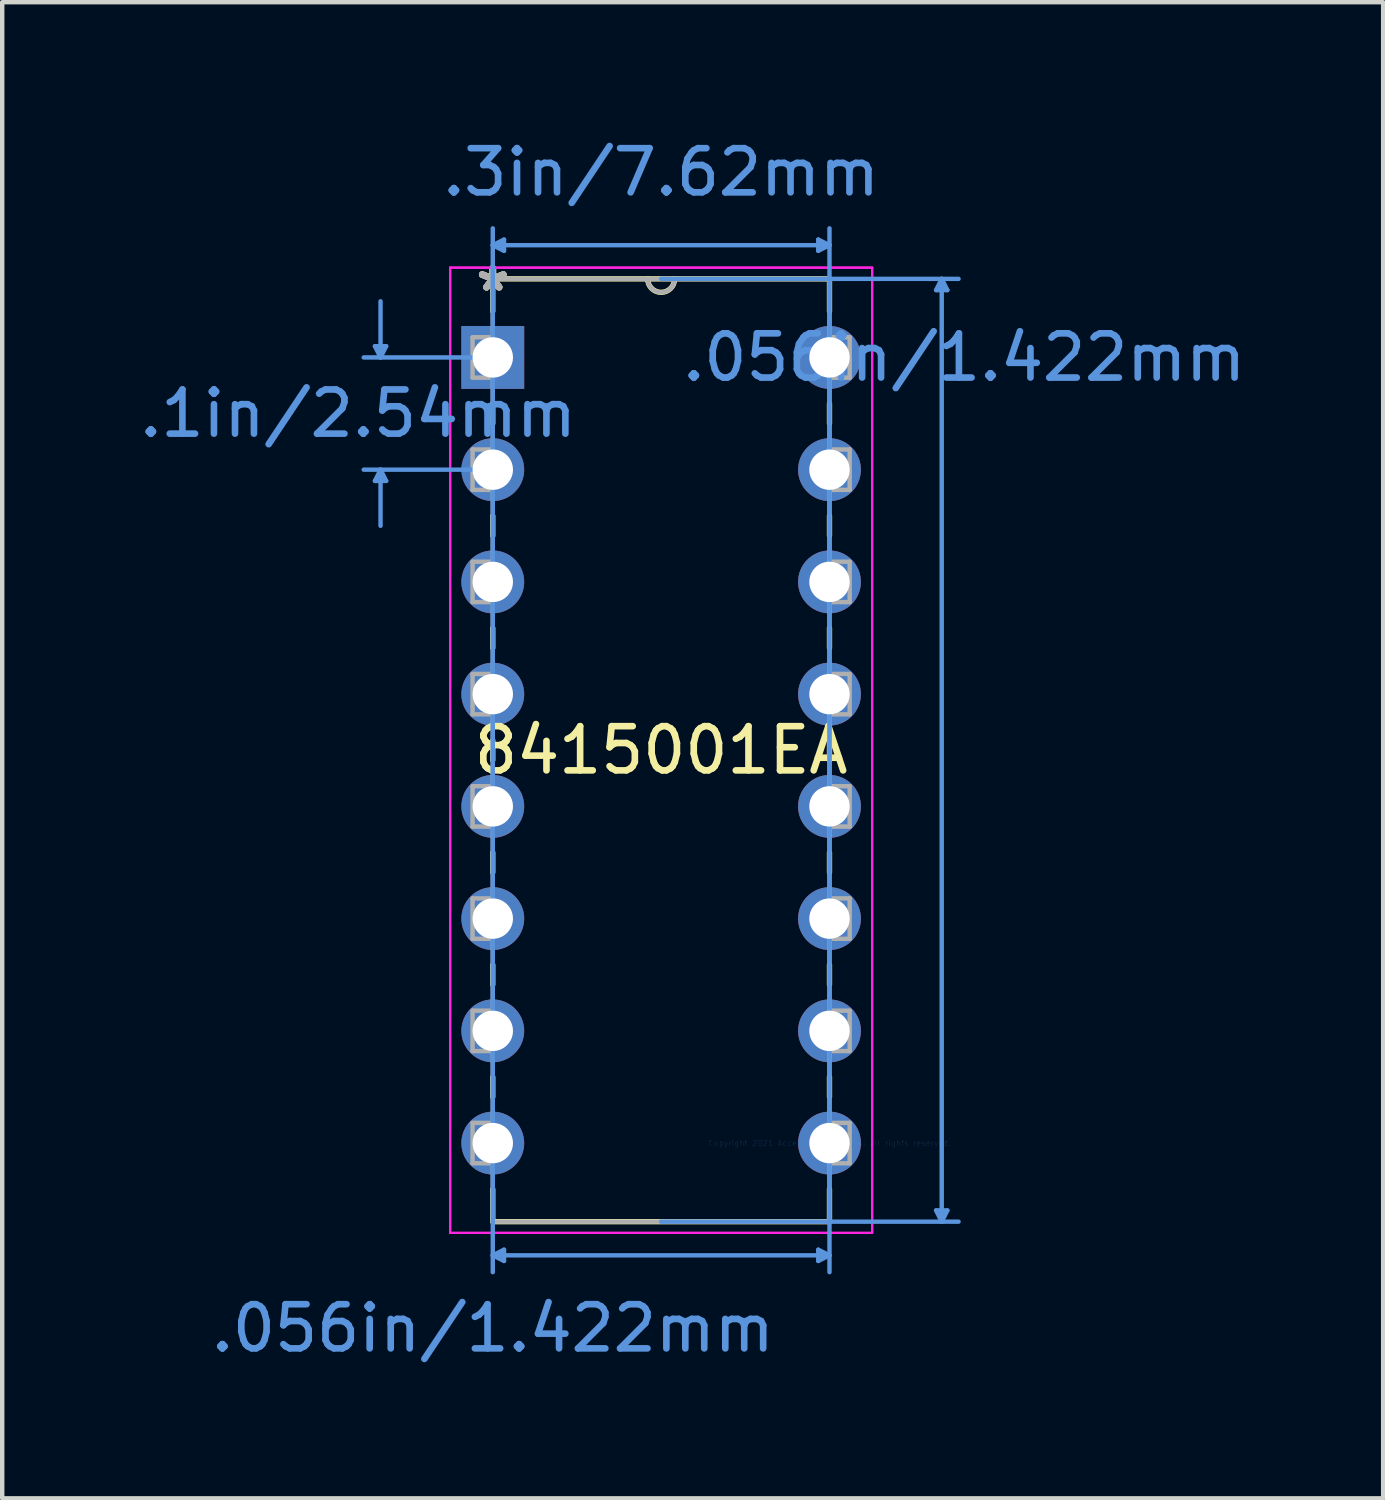
<source format=kicad_pcb>
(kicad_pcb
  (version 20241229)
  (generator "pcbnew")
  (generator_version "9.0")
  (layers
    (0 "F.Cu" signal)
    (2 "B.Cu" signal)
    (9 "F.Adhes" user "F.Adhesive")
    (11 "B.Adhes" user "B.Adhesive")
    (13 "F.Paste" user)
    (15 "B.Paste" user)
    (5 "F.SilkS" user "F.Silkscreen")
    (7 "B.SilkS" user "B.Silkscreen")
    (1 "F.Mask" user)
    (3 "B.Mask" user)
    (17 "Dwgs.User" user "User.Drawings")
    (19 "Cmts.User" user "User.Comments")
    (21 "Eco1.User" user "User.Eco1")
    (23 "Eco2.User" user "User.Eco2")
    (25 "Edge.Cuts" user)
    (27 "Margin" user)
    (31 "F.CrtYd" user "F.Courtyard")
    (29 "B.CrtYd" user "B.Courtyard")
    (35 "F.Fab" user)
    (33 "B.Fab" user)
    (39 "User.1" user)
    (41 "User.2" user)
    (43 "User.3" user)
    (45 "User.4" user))
  (footprint "8415001EA"
    (layer "F.Cu")
    (at 15.722 22.819)
    (property "Reference" "8415001EA" (at -3.81 -8.89 0) (layer "F.SilkS") (effects (font (size 1 1) (thickness 0.15))))
    (attr through_hole)
    (fp_line (start -7.62 -19.558) (end -7.62 -18.824) (stroke (width 0.12) (type solid)) (layer "F.SilkS"))
    (fp_line (start -7.62 -16.736) (end -7.62 -16.284) (stroke (width 0.12) (type solid)) (layer "F.SilkS"))
    (fp_line (start -7.62 -14.196) (end -7.62 -13.744) (stroke (width 0.12) (type solid)) (layer "F.SilkS"))
    (fp_line (start -7.62 -11.656) (end -7.62 -11.204) (stroke (width 0.12) (type solid)) (layer "F.SilkS"))
    (fp_line (start -7.62 -9.116) (end -7.62 -8.664) (stroke (width 0.12) (type solid)) (layer "F.SilkS"))
    (fp_line (start -7.62 -6.576) (end -7.62 -6.124) (stroke (width 0.12) (type solid)) (layer "F.SilkS"))
    (fp_line (start -7.62 -4.036) (end -7.62 -3.584) (stroke (width 0.12) (type solid)) (layer "F.SilkS"))
    (fp_line (start -7.62 -1.496) (end -7.62 -1.044) (stroke (width 0.12) (type solid)) (layer "F.SilkS"))
    (fp_line (start -7.62 1.044) (end -7.62 1.778) (stroke (width 0.12) (type solid)) (layer "F.SilkS"))
    (fp_line (start -7.62 1.778) (end 0 1.778) (stroke (width 0.12) (type solid)) (layer "F.SilkS"))
    (fp_line (start 0 -19.558) (end -7.62 -19.558) (stroke (width 0.12) (type solid)) (layer "F.SilkS"))
    (fp_line (start 0 -18.824) (end 0 -19.558) (stroke (width 0.12) (type solid)) (layer "F.SilkS"))
    (fp_line (start 0 -16.284) (end 0 -16.736) (stroke (width 0.12) (type solid)) (layer "F.SilkS"))
    (fp_line (start 0 -13.744) (end 0 -14.196) (stroke (width 0.12) (type solid)) (layer "F.SilkS"))
    (fp_line (start 0 -11.204) (end 0 -11.656) (stroke (width 0.12) (type solid)) (layer "F.SilkS"))
    (fp_line (start 0 -8.664) (end 0 -9.116) (stroke (width 0.12) (type solid)) (layer "F.SilkS"))
    (fp_line (start 0 -6.124) (end 0 -6.576) (stroke (width 0.12) (type solid)) (layer "F.SilkS"))
    (fp_line (start 0 -3.584) (end 0 -4.036) (stroke (width 0.12) (type solid)) (layer "F.SilkS"))
    (fp_line (start 0 -1.044) (end 0 -1.496) (stroke (width 0.12) (type solid)) (layer "F.SilkS"))
    (fp_line (start 0 1.778) (end 0 1.044) (stroke (width 0.12) (type solid)) (layer "F.SilkS"))
    (fp_arc (start -3.5052 -19.558) (mid -3.81 -19.2532) (end -4.1148 -19.558) (stroke (width 0.12) (type solid)) (layer "F.SilkS"))
    (fp_line (start -10.287 -18.034) (end -10.033 -18.034) (stroke (width 0.1) (type solid)) (layer "Cmts.User"))
    (fp_line (start -10.287 -14.986) (end -10.033 -14.986) (stroke (width 0.1) (type solid)) (layer "Cmts.User"))
    (fp_line (start -10.16 -17.78) (end -10.287 -18.034) (stroke (width 0.1) (type solid)) (layer "Cmts.User"))
    (fp_line (start -10.16 -17.78) (end -10.16 -19.05) (stroke (width 0.1) (type solid)) (layer "Cmts.User"))
    (fp_line (start -10.16 -17.78) (end -10.033 -18.034) (stroke (width 0.1) (type solid)) (layer "Cmts.User"))
    (fp_line (start -10.16 -15.24) (end -10.287 -14.986) (stroke (width 0.1) (type solid)) (layer "Cmts.User"))
    (fp_line (start -10.16 -15.24) (end -10.16 -13.97) (stroke (width 0.1) (type solid)) (layer "Cmts.User"))
    (fp_line (start -10.16 -15.24) (end -10.033 -14.986) (stroke (width 0.1) (type solid)) (layer "Cmts.User"))
    (fp_line (start -7.62 -20.32) (end -7.366 -20.447) (stroke (width 0.1) (type solid)) (layer "Cmts.User"))
    (fp_line (start -7.62 -20.32) (end -7.366 -20.193) (stroke (width 0.1) (type solid)) (layer "Cmts.User"))
    (fp_line (start -7.62 -20.32) (end 0 -20.32) (stroke (width 0.1) (type solid)) (layer "Cmts.User"))
    (fp_line (start -7.62 -17.78) (end -10.541 -17.78) (stroke (width 0.1) (type solid)) (layer "Cmts.User"))
    (fp_line (start -7.62 -15.24) (end -10.541 -15.24) (stroke (width 0.1) (type solid)) (layer "Cmts.User"))
    (fp_line (start -7.62 0) (end -7.62 -20.701) (stroke (width 0.1) (type solid)) (layer "Cmts.User"))
    (fp_line (start -7.62 0) (end -7.62 2.921) (stroke (width 0.1) (type solid)) (layer "Cmts.User"))
    (fp_line (start -7.62 2.54) (end -7.366 2.413) (stroke (width 0.1) (type solid)) (layer "Cmts.User"))
    (fp_line (start -7.62 2.54) (end -7.366 2.667) (stroke (width 0.1) (type solid)) (layer "Cmts.User"))
    (fp_line (start -7.62 2.54) (end 0 2.54) (stroke (width 0.1) (type solid)) (layer "Cmts.User"))
    (fp_line (start -7.366 -20.447) (end -7.366 -20.193) (stroke (width 0.1) (type solid)) (layer "Cmts.User"))
    (fp_line (start -7.366 2.413) (end -7.366 2.667) (stroke (width 0.1) (type solid)) (layer "Cmts.User"))
    (fp_line (start -3.81 -19.558) (end 2.921 -19.558) (stroke (width 0.1) (type solid)) (layer "Cmts.User"))
    (fp_line (start -3.81 1.778) (end 2.921 1.778) (stroke (width 0.1) (type solid)) (layer "Cmts.User"))
    (fp_line (start -0.254 -20.447) (end -0.254 -20.193) (stroke (width 0.1) (type solid)) (layer "Cmts.User"))
    (fp_line (start -0.254 2.413) (end -0.254 2.667) (stroke (width 0.1) (type solid)) (layer "Cmts.User"))
    (fp_line (start 0 -20.32) (end -0.254 -20.447) (stroke (width 0.1) (type solid)) (layer "Cmts.User"))
    (fp_line (start 0 -20.32) (end -0.254 -20.193) (stroke (width 0.1) (type solid)) (layer "Cmts.User"))
    (fp_line (start 0 0) (end 0 -20.701) (stroke (width 0.1) (type solid)) (layer "Cmts.User"))
    (fp_line (start 0 0) (end 0 2.921) (stroke (width 0.1) (type solid)) (layer "Cmts.User"))
    (fp_line (start 0 2.54) (end -0.254 2.413) (stroke (width 0.1) (type solid)) (layer "Cmts.User"))
    (fp_line (start 0 2.54) (end -0.254 2.667) (stroke (width 0.1) (type solid)) (layer "Cmts.User"))
    (fp_line (start 2.413 -19.304) (end 2.667 -19.304) (stroke (width 0.1) (type solid)) (layer "Cmts.User"))
    (fp_line (start 2.413 1.524) (end 2.667 1.524) (stroke (width 0.1) (type solid)) (layer "Cmts.User"))
    (fp_line (start 2.54 -19.558) (end 2.413 -19.304) (stroke (width 0.1) (type solid)) (layer "Cmts.User"))
    (fp_line (start 2.54 -19.558) (end 2.54 1.778) (stroke (width 0.1) (type solid)) (layer "Cmts.User"))
    (fp_line (start 2.54 -19.558) (end 2.667 -19.304) (stroke (width 0.1) (type solid)) (layer "Cmts.User"))
    (fp_line (start 2.54 1.778) (end 2.413 1.524) (stroke (width 0.1) (type solid)) (layer "Cmts.User"))
    (fp_line (start 2.54 1.778) (end 2.667 1.524) (stroke (width 0.1) (type solid)) (layer "Cmts.User"))
    (fp_line (start -8.585 -19.812) (end -8.585 2.032) (stroke (width 0.05) (type solid)) (layer "F.CrtYd"))
    (fp_line (start -8.585 -19.812) (end 0.965 -19.812) (stroke (width 0.05) (type solid)) (layer "F.CrtYd"))
    (fp_line (start -8.585 2.032) (end -8.585 -19.812) (stroke (width 0.05) (type solid)) (layer "F.CrtYd"))
    (fp_line (start -8.585 2.032) (end 0.965 2.032) (stroke (width 0.05) (type solid)) (layer "F.CrtYd"))
    (fp_line (start 0.965 -19.812) (end -8.585 -19.812) (stroke (width 0.05) (type solid)) (layer "F.CrtYd"))
    (fp_line (start 0.965 -19.812) (end 0.965 2.032) (stroke (width 0.05) (type solid)) (layer "F.CrtYd"))
    (fp_line (start 0.965 2.032) (end -8.585 2.032) (stroke (width 0.05) (type solid)) (layer "F.CrtYd"))
    (fp_line (start 0.965 2.032) (end 0.965 -19.812) (stroke (width 0.05) (type solid)) (layer "F.CrtYd"))
    (fp_line (start -8.077 -18.237) (end -8.077 -17.323) (stroke (width 0.1) (type solid)) (layer "F.Fab"))
    (fp_line (start -8.077 -17.323) (end -7.62 -17.323) (stroke (width 0.1) (type solid)) (layer "F.Fab"))
    (fp_line (start -8.077 -15.697) (end -8.077 -14.783) (stroke (width 0.1) (type solid)) (layer "F.Fab"))
    (fp_line (start -8.077 -14.783) (end -7.62 -14.783) (stroke (width 0.1) (type solid)) (layer "F.Fab"))
    (fp_line (start -8.077 -13.157) (end -8.077 -12.243) (stroke (width 0.1) (type solid)) (layer "F.Fab"))
    (fp_line (start -8.077 -12.243) (end -7.62 -12.243) (stroke (width 0.1) (type solid)) (layer "F.Fab"))
    (fp_line (start -8.077 -10.617) (end -8.077 -9.703) (stroke (width 0.1) (type solid)) (layer "F.Fab"))
    (fp_line (start -8.077 -9.703) (end -7.62 -9.703) (stroke (width 0.1) (type solid)) (layer "F.Fab"))
    (fp_line (start -8.077 -8.077) (end -8.077 -7.163) (stroke (width 0.1) (type solid)) (layer "F.Fab"))
    (fp_line (start -8.077 -7.163) (end -7.62 -7.163) (stroke (width 0.1) (type solid)) (layer "F.Fab"))
    (fp_line (start -8.077 -5.537) (end -8.077 -4.623) (stroke (width 0.1) (type solid)) (layer "F.Fab"))
    (fp_line (start -8.077 -4.623) (end -7.62 -4.623) (stroke (width 0.1) (type solid)) (layer "F.Fab"))
    (fp_line (start -8.077 -2.997) (end -8.077 -2.083) (stroke (width 0.1) (type solid)) (layer "F.Fab"))
    (fp_line (start -8.077 -2.083) (end -7.62 -2.083) (stroke (width 0.1) (type solid)) (layer "F.Fab"))
    (fp_line (start -8.077 -0.457) (end -8.077 0.457) (stroke (width 0.1) (type solid)) (layer "F.Fab"))
    (fp_line (start -8.077 0.457) (end -7.62 0.457) (stroke (width 0.1) (type solid)) (layer "F.Fab"))
    (fp_line (start -7.62 -19.558) (end -7.62 1.778) (stroke (width 0.1) (type solid)) (layer "F.Fab"))
    (fp_line (start -7.62 -18.237) (end -8.077 -18.237) (stroke (width 0.1) (type solid)) (layer "F.Fab"))
    (fp_line (start -7.62 -17.323) (end -7.62 -18.237) (stroke (width 0.1) (type solid)) (layer "F.Fab"))
    (fp_line (start -7.62 -15.697) (end -8.077 -15.697) (stroke (width 0.1) (type solid)) (layer "F.Fab"))
    (fp_line (start -7.62 -14.783) (end -7.62 -15.697) (stroke (width 0.1) (type solid)) (layer "F.Fab"))
    (fp_line (start -7.62 -13.157) (end -8.077 -13.157) (stroke (width 0.1) (type solid)) (layer "F.Fab"))
    (fp_line (start -7.62 -12.243) (end -7.62 -13.157) (stroke (width 0.1) (type solid)) (layer "F.Fab"))
    (fp_line (start -7.62 -10.617) (end -8.077 -10.617) (stroke (width 0.1) (type solid)) (layer "F.Fab"))
    (fp_line (start -7.62 -9.703) (end -7.62 -10.617) (stroke (width 0.1) (type solid)) (layer "F.Fab"))
    (fp_line (start -7.62 -8.077) (end -8.077 -8.077) (stroke (width 0.1) (type solid)) (layer "F.Fab"))
    (fp_line (start -7.62 -7.163) (end -7.62 -8.077) (stroke (width 0.1) (type solid)) (layer "F.Fab"))
    (fp_line (start -7.62 -5.537) (end -8.077 -5.537) (stroke (width 0.1) (type solid)) (layer "F.Fab"))
    (fp_line (start -7.62 -4.623) (end -7.62 -5.537) (stroke (width 0.1) (type solid)) (layer "F.Fab"))
    (fp_line (start -7.62 -2.997) (end -8.077 -2.997) (stroke (width 0.1) (type solid)) (layer "F.Fab"))
    (fp_line (start -7.62 -2.083) (end -7.62 -2.997) (stroke (width 0.1) (type solid)) (layer "F.Fab"))
    (fp_line (start -7.62 -0.457) (end -8.077 -0.457) (stroke (width 0.1) (type solid)) (layer "F.Fab"))
    (fp_line (start -7.62 0.457) (end -7.62 -0.457) (stroke (width 0.1) (type solid)) (layer "F.Fab"))
    (fp_line (start -7.62 1.778) (end 0 1.778) (stroke (width 0.1) (type solid)) (layer "F.Fab"))
    (fp_line (start 0 -19.558) (end -7.62 -19.558) (stroke (width 0.1) (type solid)) (layer "F.Fab"))
    (fp_line (start 0 -18.237) (end 0 -17.323) (stroke (width 0.1) (type solid)) (layer "F.Fab"))
    (fp_line (start 0 -17.323) (end 0.457 -17.323) (stroke (width 0.1) (type solid)) (layer "F.Fab"))
    (fp_line (start 0 -15.697) (end 0 -14.783) (stroke (width 0.1) (type solid)) (layer "F.Fab"))
    (fp_line (start 0 -14.783) (end 0.457 -14.783) (stroke (width 0.1) (type solid)) (layer "F.Fab"))
    (fp_line (start 0 -13.157) (end 0 -12.243) (stroke (width 0.1) (type solid)) (layer "F.Fab"))
    (fp_line (start 0 -12.243) (end 0.457 -12.243) (stroke (width 0.1) (type solid)) (layer "F.Fab"))
    (fp_line (start 0 -10.617) (end 0 -9.703) (stroke (width 0.1) (type solid)) (layer "F.Fab"))
    (fp_line (start 0 -9.703) (end 0.457 -9.703) (stroke (width 0.1) (type solid)) (layer "F.Fab"))
    (fp_line (start 0 -8.077) (end 0 -7.163) (stroke (width 0.1) (type solid)) (layer "F.Fab"))
    (fp_line (start 0 -7.163) (end 0.457 -7.163) (stroke (width 0.1) (type solid)) (layer "F.Fab"))
    (fp_line (start 0 -5.537) (end 0 -4.623) (stroke (width 0.1) (type solid)) (layer "F.Fab"))
    (fp_line (start 0 -4.623) (end 0.457 -4.623) (stroke (width 0.1) (type solid)) (layer "F.Fab"))
    (fp_line (start 0 -2.997) (end 0 -2.083) (stroke (width 0.1) (type solid)) (layer "F.Fab"))
    (fp_line (start 0 -2.083) (end 0.457 -2.083) (stroke (width 0.1) (type solid)) (layer "F.Fab"))
    (fp_line (start 0 -0.457) (end 0 0.457) (stroke (width 0.1) (type solid)) (layer "F.Fab"))
    (fp_line (start 0 0.457) (end 0.457 0.457) (stroke (width 0.1) (type solid)) (layer "F.Fab"))
    (fp_line (start 0 1.778) (end 0 -19.558) (stroke (width 0.1) (type solid)) (layer "F.Fab"))
    (fp_line (start 0.457 -18.237) (end 0 -18.237) (stroke (width 0.1) (type solid)) (layer "F.Fab"))
    (fp_line (start 0.457 -17.323) (end 0.457 -18.237) (stroke (width 0.1) (type solid)) (layer "F.Fab"))
    (fp_line (start 0.457 -15.697) (end 0 -15.697) (stroke (width 0.1) (type solid)) (layer "F.Fab"))
    (fp_line (start 0.457 -14.783) (end 0.457 -15.697) (stroke (width 0.1) (type solid)) (layer "F.Fab"))
    (fp_line (start 0.457 -13.157) (end 0 -13.157) (stroke (width 0.1) (type solid)) (layer "F.Fab"))
    (fp_line (start 0.457 -12.243) (end 0.457 -13.157) (stroke (width 0.1) (type solid)) (layer "F.Fab"))
    (fp_line (start 0.457 -10.617) (end 0 -10.617) (stroke (width 0.1) (type solid)) (layer "F.Fab"))
    (fp_line (start 0.457 -9.703) (end 0.457 -10.617) (stroke (width 0.1) (type solid)) (layer "F.Fab"))
    (fp_line (start 0.457 -8.077) (end 0 -8.077) (stroke (width 0.1) (type solid)) (layer "F.Fab"))
    (fp_line (start 0.457 -7.163) (end 0.457 -8.077) (stroke (width 0.1) (type solid)) (layer "F.Fab"))
    (fp_line (start 0.457 -5.537) (end 0 -5.537) (stroke (width 0.1) (type solid)) (layer "F.Fab"))
    (fp_line (start 0.457 -4.623) (end 0.457 -5.537) (stroke (width 0.1) (type solid)) (layer "F.Fab"))
    (fp_line (start 0.457 -2.997) (end 0 -2.997) (stroke (width 0.1) (type solid)) (layer "F.Fab"))
    (fp_line (start 0.457 -2.083) (end 0.457 -2.997) (stroke (width 0.1) (type solid)) (layer "F.Fab"))
    (fp_line (start 0.457 -0.457) (end 0 -0.457) (stroke (width 0.1) (type solid)) (layer "F.Fab"))
    (fp_line (start 0.457 0.457) (end 0.457 -0.457) (stroke (width 0.1) (type solid)) (layer "F.Fab"))
    (fp_arc (start -3.5052 -19.558) (mid -3.81 -19.2532) (end -4.1148 -19.558) (stroke (width 0.1) (type solid)) (layer "F.Fab"))
    (fp_text user "*" (at -7.62 -19.253 0) (layer "F.SilkS") (effects (font (size 1 1) (thickness 0.15))))
    (fp_text user "*" (at -7.62 -19.253 0) (layer "F.SilkS") (effects (font (size 1 1) (thickness 0.15))))
    (fp_text user ".056in/1.422mm" (at -7.62 4.191 0) (layer "Cmts.User") (effects (font (size 1 1) (thickness 0.15))))
    (fp_text user ".1in/2.54mm" (at -10.668 -16.51 0) (layer "Cmts.User") (effects (font (size 1 1) (thickness 0.15))))
    (fp_text user ".3in/7.62mm" (at -3.81 -21.971 0) (layer "Cmts.User") (effects (font (size 1 1) (thickness 0.15))))
    (fp_text user "Copyright 2021 Accelerated Designs. All rights reserved." (at 0 0 0) (layer "Cmts.User") (effects (font (size 0.127 0.127) (thickness 0.002))))
    (fp_text user ".056in/1.422mm" (at 3.048 -17.78 0) (layer "Cmts.User") (effects (font (size 1 1) (thickness 0.15))))
    (fp_text user "*" (at -7.62 -19.253 0) (layer "F.Fab") (effects (font (size 1 1) (thickness 0.15))))
    (fp_text user "*" (at -7.62 -19.253 0) (layer "F.Fab") (effects (font (size 1 1) (thickness 0.15))))
    (pad "1" thru_hole rect (at -7.62 -17.78) (size 1.422 1.422) (drill 0.914) (layers "*.Cu" "*.Mask"))
    (pad "2" thru_hole circle (at -7.62 -15.24) (size 1.422 1.422) (drill 0.914) (layers "*.Cu" "*.Mask"))
    (pad "3" thru_hole circle (at -7.62 -12.7) (size 1.422 1.422) (drill 0.914) (layers "*.Cu" "*.Mask"))
    (pad "4" thru_hole circle (at -7.62 -10.16) (size 1.422 1.422) (drill 0.914) (layers "*.Cu" "*.Mask"))
    (pad "5" thru_hole circle (at -7.62 -7.62) (size 1.422 1.422) (drill 0.914) (layers "*.Cu" "*.Mask"))
    (pad "6" thru_hole circle (at -7.62 -5.08) (size 1.422 1.422) (drill 0.914) (layers "*.Cu" "*.Mask"))
    (pad "7" thru_hole circle (at -7.62 -2.54) (size 1.422 1.422) (drill 0.914) (layers "*.Cu" "*.Mask"))
    (pad "8" thru_hole circle (at -7.62 0) (size 1.422 1.422) (drill 0.914) (layers "*.Cu" "*.Mask"))
    (pad "9" thru_hole circle (at 0 0) (size 1.422 1.422) (drill 0.914) (layers "*.Cu" "*.Mask"))
    (pad "10" thru_hole circle (at 0 -2.54) (size 1.422 1.422) (drill 0.914) (layers "*.Cu" "*.Mask"))
    (pad "11" thru_hole circle (at 0 -5.08) (size 1.422 1.422) (drill 0.914) (layers "*.Cu" "*.Mask"))
    (pad "12" thru_hole circle (at 0 -7.62) (size 1.422 1.422) (drill 0.914) (layers "*.Cu" "*.Mask"))
    (pad "13" thru_hole circle (at 0 -10.16) (size 1.422 1.422) (drill 0.914) (layers "*.Cu" "*.Mask"))
    (pad "14" thru_hole circle (at 0 -12.7) (size 1.422 1.422) (drill 0.914) (layers "*.Cu" "*.Mask"))
    (pad "15" thru_hole circle (at 0 -15.24) (size 1.422 1.422) (drill 0.914) (layers "*.Cu" "*.Mask"))
    (pad "16" thru_hole circle (at 0 -17.78) (size 1.422 1.422) (drill 0.914) (layers "*.Cu" "*.Mask")))
  (gr_rect
    (start -3 -3)
    (end 28.252 30.858)
    (stroke (width 0.1) (type default))
    (fill no)
    (layer "Edge.Cuts")))
</source>
